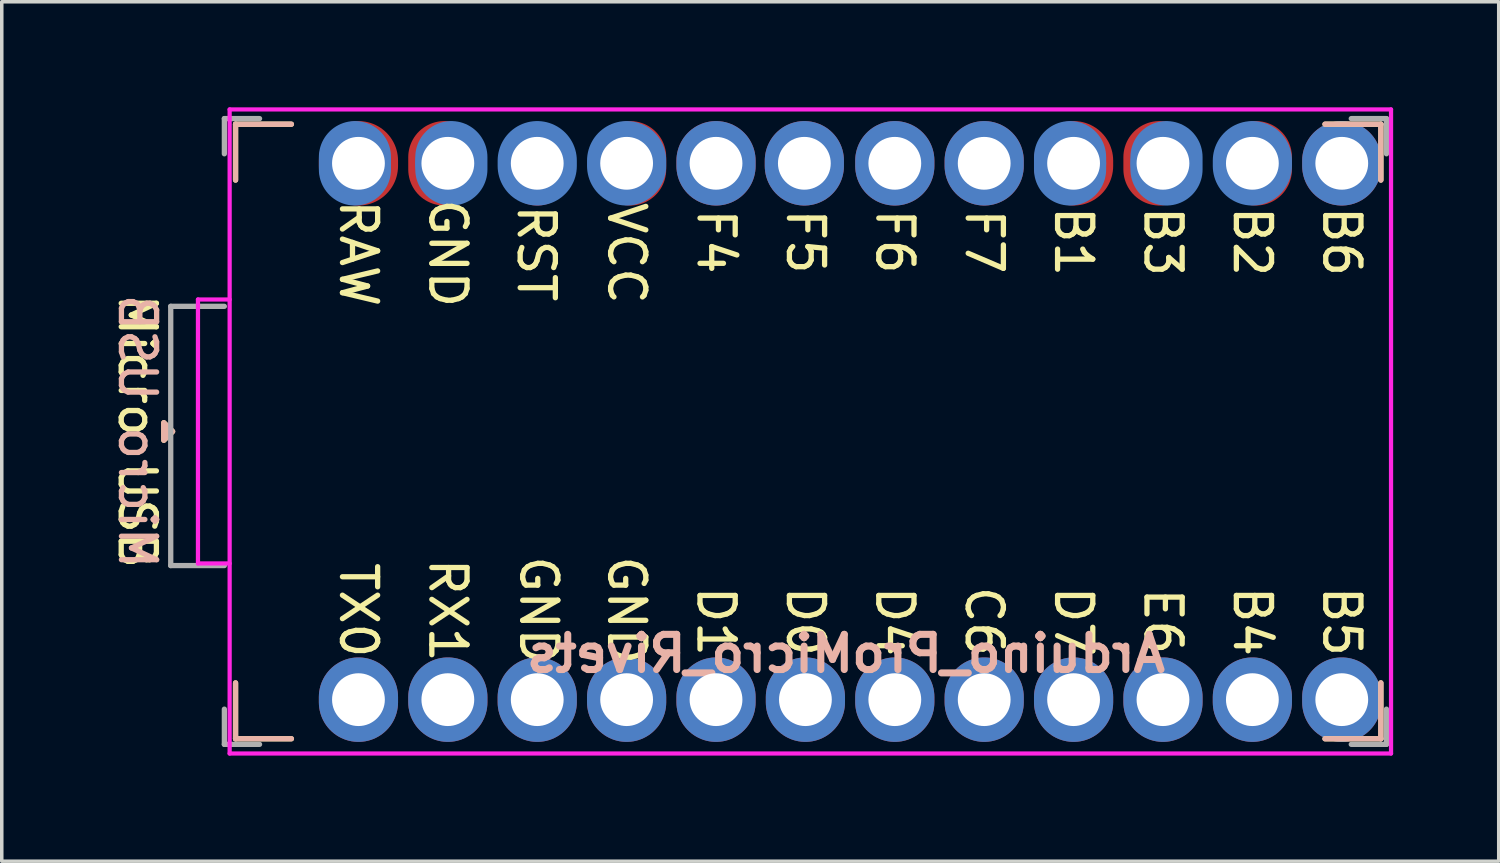
<source format=kicad_pcb>
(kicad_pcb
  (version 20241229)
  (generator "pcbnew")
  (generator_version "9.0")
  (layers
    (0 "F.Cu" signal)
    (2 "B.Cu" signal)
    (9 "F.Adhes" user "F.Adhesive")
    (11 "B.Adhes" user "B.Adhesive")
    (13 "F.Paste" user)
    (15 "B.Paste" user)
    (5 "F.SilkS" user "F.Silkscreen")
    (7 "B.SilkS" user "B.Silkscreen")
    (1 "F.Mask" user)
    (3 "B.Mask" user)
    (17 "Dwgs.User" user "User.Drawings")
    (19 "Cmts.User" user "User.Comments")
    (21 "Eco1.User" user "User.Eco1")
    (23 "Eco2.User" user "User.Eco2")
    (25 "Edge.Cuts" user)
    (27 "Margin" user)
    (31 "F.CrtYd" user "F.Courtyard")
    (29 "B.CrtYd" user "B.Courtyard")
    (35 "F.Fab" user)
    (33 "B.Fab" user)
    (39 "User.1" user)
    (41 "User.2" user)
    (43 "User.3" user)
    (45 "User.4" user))
  (footprint "Arduino_ProMicro_Rivets"
    (layer "F.Cu")
    (at 21.105 9.21)
    (property "Reference" "Arduino_ProMicro_Rivets" (at -0.118 6.312 0) (layer "B.SilkS") (effects (font (size 1 1) (thickness 0.2)) (justify mirror)))
    (attr through_hole)
    (fp_line (start -17.462 -8.731) (end -17.462 -7.144) (stroke (width 0.15) (type solid)) (layer "F.SilkS"))
    (fp_line (start -17.462 7.144) (end -17.462 8.731) (stroke (width 0.15) (type solid)) (layer "F.SilkS"))
    (fp_line (start -17.462 8.731) (end -15.875 8.731) (stroke (width 0.15) (type solid)) (layer "F.SilkS"))
    (fp_line (start -15.875 -8.731) (end -17.462 -8.731) (stroke (width 0.15) (type solid)) (layer "F.SilkS"))
    (fp_line (start 15.081 -8.731) (end 13.494 -8.731) (stroke (width 0.15) (type solid)) (layer "F.SilkS"))
    (fp_line (start 15.081 -7.144) (end 15.081 -8.731) (stroke (width 0.15) (type solid)) (layer "F.SilkS"))
    (fp_line (start 15.081 7.144) (end 15.081 8.731) (stroke (width 0.15) (type solid)) (layer "F.SilkS"))
    (fp_line (start 15.081 8.731) (end 13.494 8.731) (stroke (width 0.15) (type solid)) (layer "F.SilkS"))
    (fp_poly (pts (xy -19.5 -0.25) (xy -19.5 0.25) (xy -19.25 0)) (stroke (width 0.15) (type solid)) (fill yes) (layer "F.SilkS"))
    (fp_line (start -17.462 -8.731) (end -17.462 -7.144) (stroke (width 0.15) (type solid)) (layer "B.SilkS"))
    (fp_line (start -17.462 7.144) (end -17.462 8.731) (stroke (width 0.15) (type solid)) (layer "B.SilkS"))
    (fp_line (start -17.462 8.731) (end -15.875 8.731) (stroke (width 0.15) (type solid)) (layer "B.SilkS"))
    (fp_line (start -15.875 -8.731) (end -17.462 -8.731) (stroke (width 0.15) (type solid)) (layer "B.SilkS"))
    (fp_line (start 13.494 8.731) (end 15.081 8.731) (stroke (width 0.15) (type solid)) (layer "B.SilkS"))
    (fp_line (start 15.081 -8.731) (end 13.494 -8.731) (stroke (width 0.15) (type solid)) (layer "B.SilkS"))
    (fp_line (start 15.081 -7.144) (end 15.081 -8.731) (stroke (width 0.15) (type solid)) (layer "B.SilkS"))
    (fp_line (start 15.081 8.731) (end 15.081 7.144) (stroke (width 0.15) (type solid)) (layer "B.SilkS"))
    (fp_poly (pts (xy -19.5 -0.25) (xy -19.5 0.25) (xy -19.25 0)) (stroke (width 0.15) (type solid)) (fill yes) (layer "B.SilkS"))
    (fp_line (start -18.53 -3.75) (end -18.53 3.75) (stroke (width 0.12) (type solid)) (layer "F.CrtYd"))
    (fp_line (start -18.53 -3.75) (end -17.63 -3.75) (stroke (width 0.12) (type solid)) (layer "F.CrtYd"))
    (fp_line (start -18.53 3.75) (end -17.63 3.75) (stroke (width 0.12) (type solid)) (layer "F.CrtYd"))
    (fp_line (start -17.63 -9.15) (end -17.63 9.15) (stroke (width 0.12) (type solid)) (layer "F.CrtYd"))
    (fp_line (start -17.63 -9.15) (end 15.37 -9.15) (stroke (width 0.12) (type solid)) (layer "F.CrtYd"))
    (fp_line (start -17.63 9.15) (end 15.37 9.15) (stroke (width 0.12) (type solid)) (layer "F.CrtYd"))
    (fp_line (start 15.37 -9.15) (end 15.37 9.15) (stroke (width 0.12) (type solid)) (layer "F.CrtYd"))
    (fp_line (start -19.304 -3.556) (end -17.78 -3.556) (stroke (width 0.15) (type solid)) (layer "F.Fab"))
    (fp_line (start -19.304 3.81) (end -19.304 -3.556) (stroke (width 0.15) (type solid)) (layer "F.Fab"))
    (fp_line (start -17.78 -8.89) (end -17.78 -7.89) (stroke (width 0.15) (type solid)) (layer "F.Fab"))
    (fp_line (start -17.78 -8.89) (end -16.78 -8.89) (stroke (width 0.15) (type solid)) (layer "F.Fab"))
    (fp_line (start -17.78 3.81) (end -19.304 3.81) (stroke (width 0.15) (type solid)) (layer "F.Fab"))
    (fp_line (start -17.78 7.89) (end -17.78 8.89) (stroke (width 0.15) (type solid)) (layer "F.Fab"))
    (fp_line (start -17.78 8.89) (end -16.78 8.89) (stroke (width 0.15) (type solid)) (layer "F.Fab"))
    (fp_line (start 15.24 -8.89) (end 14.24 -8.89) (stroke (width 0.15) (type solid)) (layer "F.Fab"))
    (fp_line (start 15.24 -8.89) (end 15.24 -7.89) (stroke (width 0.15) (type solid)) (layer "F.Fab"))
    (fp_line (start 15.24 8.89) (end 14.24 8.89) (stroke (width 0.15) (type solid)) (layer "F.Fab"))
    (fp_line (start 15.24 8.89) (end 15.24 7.89) (stroke (width 0.15) (type solid)) (layer "F.Fab"))
    (fp_text user "F5" (at -1.27 -5.397 270) (unlocked yes) (layer "F.SilkS") (effects (font (size 1 1) (thickness 0.15))))
    (fp_text user "RX1" (at -11.43 5.08 270) (unlocked yes) (layer "F.SilkS") (effects (font (size 1 1) (thickness 0.15))))
    (fp_text user "B2" (at 11.43 -5.397 270) (unlocked yes) (layer "F.SilkS") (effects (font (size 1 1) (thickness 0.15))))
    (fp_text user "B1" (at 6.35 -5.397 270) (unlocked yes) (layer "F.SilkS") (effects (font (size 1 1) (thickness 0.15))))
    (fp_text user "TX0" (at -13.97 5.08 270) (unlocked yes) (layer "F.SilkS") (effects (font (size 1 1) (thickness 0.15))))
    (fp_text user "VCC" (at -6.35 -5.062 270) (unlocked yes) (layer "F.SilkS") (effects (font (size 1 1) (thickness 0.15))))
    (fp_text user "GND" (at -8.849 5.08 270) (unlocked yes) (layer "F.SilkS") (effects (font (size 1 1) (thickness 0.15))))
    (fp_text user "GND" (at -6.35 5.08 270) (unlocked yes) (layer "F.SilkS") (effects (font (size 1 1) (thickness 0.15))))
    (fp_text user "B5" (at 13.97 5.397 270) (unlocked yes) (layer "F.SilkS") (effects (font (size 1 1) (thickness 0.15))))
    (fp_text user "RAW" (at -13.97 -5.062 270) (unlocked yes) (layer "F.SilkS") (effects (font (size 1 1) (thickness 0.15))))
    (fp_text user "C6" (at 3.81 5.397 270) (unlocked yes) (layer "F.SilkS") (effects (font (size 1 1) (thickness 0.15))))
    (fp_text user "B3" (at 8.89 -5.397 270) (unlocked yes) (layer "F.SilkS") (effects (font (size 1 1) (thickness 0.15))))
    (fp_text user "GND" (at -11.43 -5.062 270) (unlocked yes) (layer "F.SilkS") (effects (font (size 1 1) (thickness 0.15))))
    (fp_text user "F6" (at 1.27 -5.397 270) (unlocked yes) (layer "F.SilkS") (effects (font (size 1 1) (thickness 0.15))))
    (fp_text user "D1" (at -3.81 5.397 270) (unlocked yes) (layer "F.SilkS") (effects (font (size 1 1) (thickness 0.15))))
    (fp_text user "D7" (at 6.35 5.397 270) (unlocked yes) (layer "F.SilkS") (effects (font (size 1 1) (thickness 0.15))))
    (fp_text user "B6" (at 13.97 -5.397 270) (unlocked yes) (layer "F.SilkS") (effects (font (size 1 1) (thickness 0.15))))
    (fp_text user "F7" (at 3.81 -5.397 270) (unlocked yes) (layer "F.SilkS") (effects (font (size 1 1) (thickness 0.15))))
    (fp_text user "Micro USB" (at -20.256 0 270) (unlocked yes) (layer "F.SilkS") (effects (font (size 1 1) (thickness 0.15))))
    (fp_text user "D4" (at 1.27 5.397 270) (unlocked yes) (layer "F.SilkS") (effects (font (size 1 1) (thickness 0.15))))
    (fp_text user "RST" (at -8.92 -5.062 270) (unlocked yes) (layer "F.SilkS") (effects (font (size 1 1) (thickness 0.15))))
    (fp_text user "D0" (at -1.27 5.397 270) (unlocked yes) (layer "F.SilkS") (effects (font (size 1 1) (thickness 0.15))))
    (fp_text user "F4" (at -3.81 -5.397 270) (unlocked yes) (layer "F.SilkS") (effects (font (size 1 1) (thickness 0.15))))
    (fp_text user "B4" (at 11.43 5.397 270) (unlocked yes) (layer "F.SilkS") (effects (font (size 1 1) (thickness 0.15))))
    (fp_text user "E6" (at 8.89 5.397 270) (unlocked yes) (layer "F.SilkS") (effects (font (size 1 1) (thickness 0.15))))
    (fp_text user "Micro USB" (at -20.25 0 270) (unlocked yes) (layer "B.SilkS") (effects (font (size 1 1) (thickness 0.15)) (justify mirror)))
    (pad "1" thru_hole oval (at -13.97 7.62) (size 2.25 2.4) (drill 1.5) (layers "*.Cu" "*.Mask"))
    (pad "2" thru_hole oval (at -11.43 7.62) (size 2.25 2.4) (drill 1.5) (layers "*.Cu" "*.Mask"))
    (pad "3" thru_hole oval (at -8.89 7.62) (size 2.25 2.4) (drill 1.5) (layers "*.Cu" "*.Mask"))
    (pad "4" thru_hole oval (at -6.35 7.62) (size 2.25 2.4) (drill 1.5) (layers "*.Cu" "*.Mask"))
    (pad "5" thru_hole oval (at -3.81 7.62) (size 2.25 2.4) (drill 1.5) (layers "*.Cu" "*.Mask"))
    (pad "6" thru_hole oval (at -1.27 7.62) (size 2.25 2.4) (drill 1.5) (layers "*.Cu" "*.Mask"))
    (pad "7" thru_hole oval (at 1.27 7.62) (size 2.25 2.4) (drill 1.5) (layers "*.Cu" "*.Mask"))
    (pad "8" thru_hole oval (at 3.81 7.62) (size 2.25 2.4) (drill 1.5) (layers "*.Cu" "*.Mask"))
    (pad "9" thru_hole oval (at 6.35 7.62) (size 2.25 2.4) (drill 1.5) (layers "*.Cu" "*.Mask"))
    (pad "10" thru_hole oval (at 8.89 7.62) (size 2.25 2.4) (drill 1.5) (layers "*.Cu" "*.Mask"))
    (pad "11" thru_hole oval (at 11.43 7.62) (size 2.25 2.4) (drill 1.5) (layers "*.Cu" "*.Mask"))
    (pad "12" thru_hole oval (at 13.97 7.62) (size 2.25 2.4) (drill 1.5) (layers "*.Cu" "*.Mask"))
    (pad "13" thru_hole oval (at 13.97 -7.62) (size 2.25 2.4) (drill 1.5) (layers "*.Cu" "*.Mask"))
    (pad "14" thru_hole circle (at 11.43 -7.62) (size 1.85 1.85) (drill 1.5) (layers "*.Cu" "*.Mask"))
    (pad "14" smd oval (at 11.43 -7.62) (size 2.25 2.4) (layers "B.Cu" "B.Mask"))
    (pad "14" smd oval (at 11.53 -7.62) (size 2.05 2.4) (layers "F.Cu" "F.Mask"))
    (pad "15" smd oval (at 8.79 -7.62) (size 2.05 2.4) (layers "F.Cu" "F.Mask"))
    (pad "15" thru_hole circle (at 8.89 -7.62) (size 1.85 1.85) (drill 1.5) (layers "*.Cu" "*.Mask"))
    (pad "15" smd oval (at 8.99 -7.62) (size 2.05 2.4) (layers "B.Cu" "B.Mask"))
    (pad "16" smd oval (at 6.25 -7.62) (size 2.05 2.4) (layers "B.Cu" "B.Mask"))
    (pad "16" thru_hole circle (at 6.35 -7.62) (size 1.85 1.85) (drill 1.5) (layers "*.Cu" "*.Mask"))
    (pad "16" smd oval (at 6.35 -7.62) (size 2.25 2.4) (layers "F.Cu" "F.Mask"))
    (pad "17" thru_hole oval (at 3.81 -7.62) (size 2.25 2.4) (drill 1.5) (layers "*.Cu" "*.Mask"))
    (pad "18" thru_hole oval (at 1.27 -7.62) (size 2.25 2.4) (drill 1.5) (layers "*.Cu" "*.Mask"))
    (pad "19" thru_hole oval (at -1.3 -7.62) (size 2.25 2.4) (drill 1.5) (layers "*.Cu" "*.Mask"))
    (pad "20" thru_hole oval (at -3.81 -7.62) (size 2.25 2.4) (drill 1.5) (layers "*.Cu" "*.Mask"))
    (pad "21" thru_hole circle (at -6.35 -7.62) (size 1.85 1.85) (drill 1.5) (layers "*.Cu" "*.Mask"))
    (pad "21" smd oval (at -6.35 -7.62) (size 2.25 2.4) (layers "B.Cu" "B.Mask"))
    (pad "21" smd oval (at -6.25 -7.62) (size 2.05 2.4) (layers "F.Cu" "F.Mask"))
    (pad "22" thru_hole circle (at -8.89 -7.62) (size 1.85 1.85) (drill 1.5) (layers "*.Cu" "*.Mask"))
    (pad "22" smd oval (at -8.89 -7.62) (size 2.25 2.4) (layers "B.Cu" "B.Mask"))
    (pad "22" smd oval (at -8.89 -7.482) (size 1.85 2.125) (layers "F.Cu" "F.Mask"))
    (pad "23" smd oval (at -11.53 -7.62) (size 2.05 2.4) (layers "F.Cu" "F.Mask"))
    (pad "23" thru_hole circle (at -11.43 -7.62) (size 1.85 1.85) (drill 1.5) (layers "*.Cu" "*.Mask"))
    (pad "23" smd oval (at -11.33 -7.62) (size 2.05 2.4) (layers "B.Cu" "B.Mask"))
    (pad "24" smd oval (at -14.07 -7.62) (size 2.05 2.4) (layers "B.Cu" "B.Mask"))
    (pad "24" thru_hole circle (at -13.97 -7.62) (size 1.85 1.85) (drill 1.5) (layers "*.Cu" "*.Mask"))
    (pad "24" smd oval (at -13.97 -7.62) (size 2.25 2.4) (layers "F.Cu" "F.Mask")))
  (gr_rect
    (start -3 -3)
    (end 39.535 21.42)
    (stroke (width 0.1) (type default))
    (fill no)
    (layer "Edge.Cuts")))
</source>
